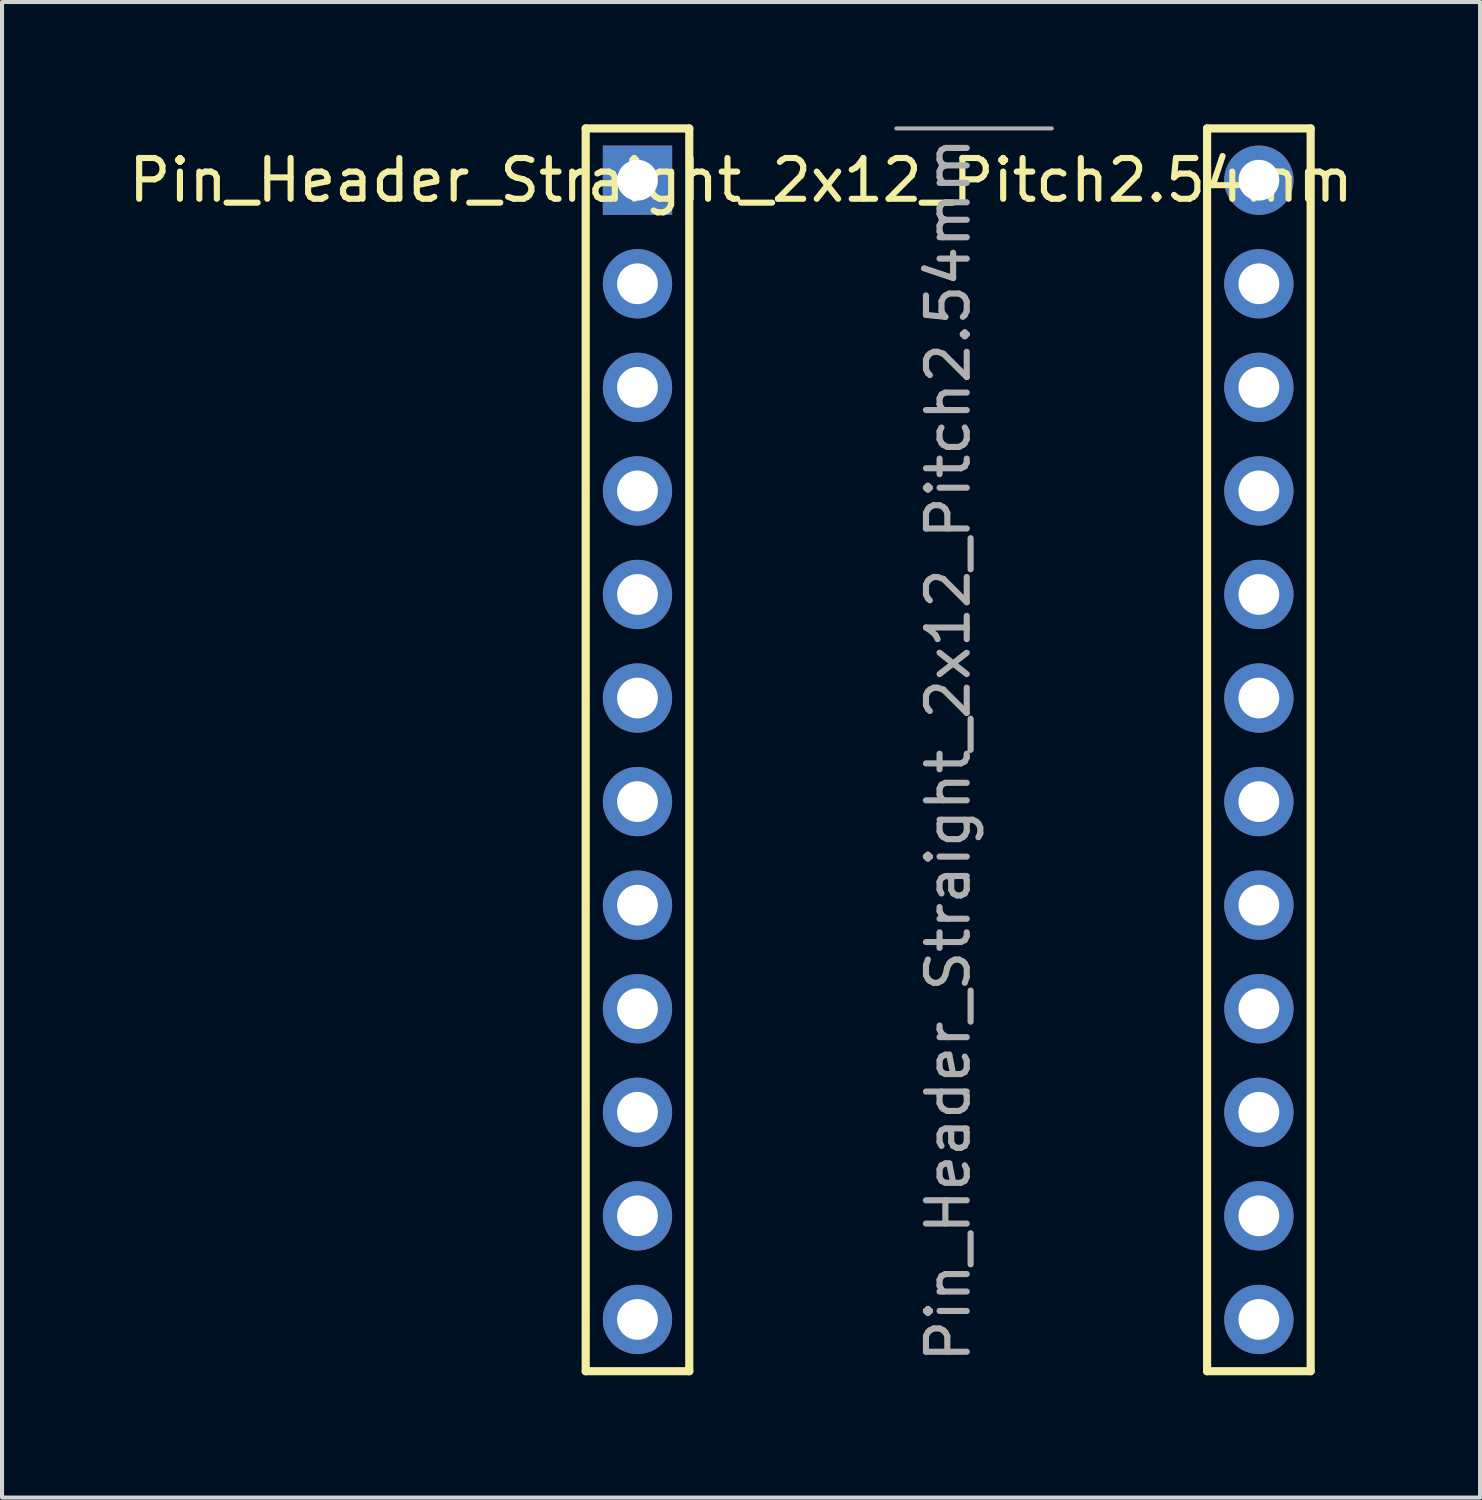
<source format=kicad_pcb>
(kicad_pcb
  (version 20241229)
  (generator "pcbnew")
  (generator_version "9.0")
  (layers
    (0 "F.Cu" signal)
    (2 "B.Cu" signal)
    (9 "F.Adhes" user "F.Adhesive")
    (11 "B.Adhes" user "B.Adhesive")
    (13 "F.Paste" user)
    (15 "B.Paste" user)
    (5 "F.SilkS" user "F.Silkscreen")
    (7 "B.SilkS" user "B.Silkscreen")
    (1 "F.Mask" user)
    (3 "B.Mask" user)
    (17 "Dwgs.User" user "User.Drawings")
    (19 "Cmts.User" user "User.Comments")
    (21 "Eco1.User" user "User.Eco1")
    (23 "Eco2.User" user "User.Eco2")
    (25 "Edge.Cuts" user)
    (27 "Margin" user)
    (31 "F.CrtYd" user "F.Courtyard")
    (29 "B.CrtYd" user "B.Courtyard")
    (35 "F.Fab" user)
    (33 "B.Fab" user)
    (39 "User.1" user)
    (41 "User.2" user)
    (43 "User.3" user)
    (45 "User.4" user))
  (footprint "Pin_Header_Straight_2x12_Pitch2.54mm"
    (layer "F.Cu")
    (at 20.205 15.34)
    (property "Reference" "Pin_Header_Straight_2x12_Pitch2.54mm" (at -5.08 -13.97 0) (layer "F.SilkS") (effects (font (size 1 1) (thickness 0.15))))
    (attr through_hole)
    (fp_line (start -8.89 -15.24) (end -6.35 -15.24) (stroke (width 0.2) (type solid)) (layer "F.SilkS"))
    (fp_line (start -8.89 15.24) (end -8.89 -15.24) (stroke (width 0.2) (type solid)) (layer "F.SilkS"))
    (fp_line (start -6.35 -15.24) (end -6.35 15.24) (stroke (width 0.2) (type solid)) (layer "F.SilkS"))
    (fp_line (start -6.35 15.24) (end -8.89 15.24) (stroke (width 0.2) (type solid)) (layer "F.SilkS"))
    (fp_line (start 6.35 -15.24) (end 8.89 -15.24) (stroke (width 0.2) (type solid)) (layer "F.SilkS"))
    (fp_line (start 6.35 15.24) (end 6.35 -15.24) (stroke (width 0.2) (type solid)) (layer "F.SilkS"))
    (fp_line (start 8.89 -15.24) (end 8.89 15.24) (stroke (width 0.2) (type solid)) (layer "F.SilkS"))
    (fp_line (start 8.89 15.24) (end 6.35 15.24) (stroke (width 0.2) (type solid)) (layer "F.SilkS"))
    (fp_line (start -1.27 -15.24) (end 2.54 -15.24) (stroke (width 0.1) (type solid)) (layer "F.Fab"))
    (fp_text user "${REFERENCE}" (at 0 0 90) (layer "F.Fab") (effects (font (size 1 1) (thickness 0.15))))
    (pad "1" thru_hole rect (at -7.62 -13.97) (size 1.7 1.7) (drill 1) (layers "*.Cu" "*.Mask"))
    (pad "2" thru_hole oval (at 7.62 -13.97) (size 1.7 1.7) (drill 1) (layers "*.Cu" "*.Mask"))
    (pad "3" thru_hole oval (at -7.62 -11.43) (size 1.7 1.7) (drill 1) (layers "*.Cu" "*.Mask"))
    (pad "4" thru_hole oval (at 7.62 -11.43) (size 1.7 1.7) (drill 1) (layers "*.Cu" "*.Mask"))
    (pad "5" thru_hole oval (at -7.62 -8.89) (size 1.7 1.7) (drill 1) (layers "*.Cu" "*.Mask"))
    (pad "6" thru_hole oval (at 7.62 -8.89) (size 1.7 1.7) (drill 1) (layers "*.Cu" "*.Mask"))
    (pad "7" thru_hole oval (at -7.62 -6.35) (size 1.7 1.7) (drill 1) (layers "*.Cu" "*.Mask"))
    (pad "8" thru_hole oval (at 7.62 -6.35) (size 1.7 1.7) (drill 1) (layers "*.Cu" "*.Mask"))
    (pad "9" thru_hole oval (at -7.62 -3.81) (size 1.7 1.7) (drill 1) (layers "*.Cu" "*.Mask"))
    (pad "10" thru_hole oval (at 7.62 -3.81) (size 1.7 1.7) (drill 1) (layers "*.Cu" "*.Mask"))
    (pad "11" thru_hole oval (at -7.62 -1.27) (size 1.7 1.7) (drill 1) (layers "*.Cu" "*.Mask"))
    (pad "12" thru_hole oval (at 7.62 -1.27) (size 1.7 1.7) (drill 1) (layers "*.Cu" "*.Mask"))
    (pad "13" thru_hole oval (at -7.62 1.27) (size 1.7 1.7) (drill 1) (layers "*.Cu" "*.Mask"))
    (pad "14" thru_hole oval (at 7.62 1.27) (size 1.7 1.7) (drill 1) (layers "*.Cu" "*.Mask"))
    (pad "15" thru_hole oval (at -7.62 3.81) (size 1.7 1.7) (drill 1) (layers "*.Cu" "*.Mask"))
    (pad "16" thru_hole oval (at 7.62 3.81) (size 1.7 1.7) (drill 1) (layers "*.Cu" "*.Mask"))
    (pad "17" thru_hole oval (at -7.62 6.35) (size 1.7 1.7) (drill 1) (layers "*.Cu" "*.Mask"))
    (pad "18" thru_hole oval (at 7.62 6.35) (size 1.7 1.7) (drill 1) (layers "*.Cu" "*.Mask"))
    (pad "19" thru_hole oval (at -7.62 8.89) (size 1.7 1.7) (drill 1) (layers "*.Cu" "*.Mask"))
    (pad "20" thru_hole oval (at 7.62 8.89) (size 1.7 1.7) (drill 1) (layers "*.Cu" "*.Mask"))
    (pad "21" thru_hole oval (at -7.62 11.43) (size 1.7 1.7) (drill 1) (layers "*.Cu" "*.Mask"))
    (pad "22" thru_hole oval (at 7.62 11.43) (size 1.7 1.7) (drill 1) (layers "*.Cu" "*.Mask"))
    (pad "23" thru_hole oval (at -7.62 13.97) (size 1.7 1.7) (drill 1) (layers "*.Cu" "*.Mask"))
    (pad "24" thru_hole oval (at 7.62 13.97) (size 1.7 1.7) (drill 1) (layers "*.Cu" "*.Mask")))
  (gr_rect
    (start -3 -3)
    (end 33.25 33.68)
    (stroke (width 0.1) (type default))
    (fill no)
    (layer "Edge.Cuts")))
</source>
